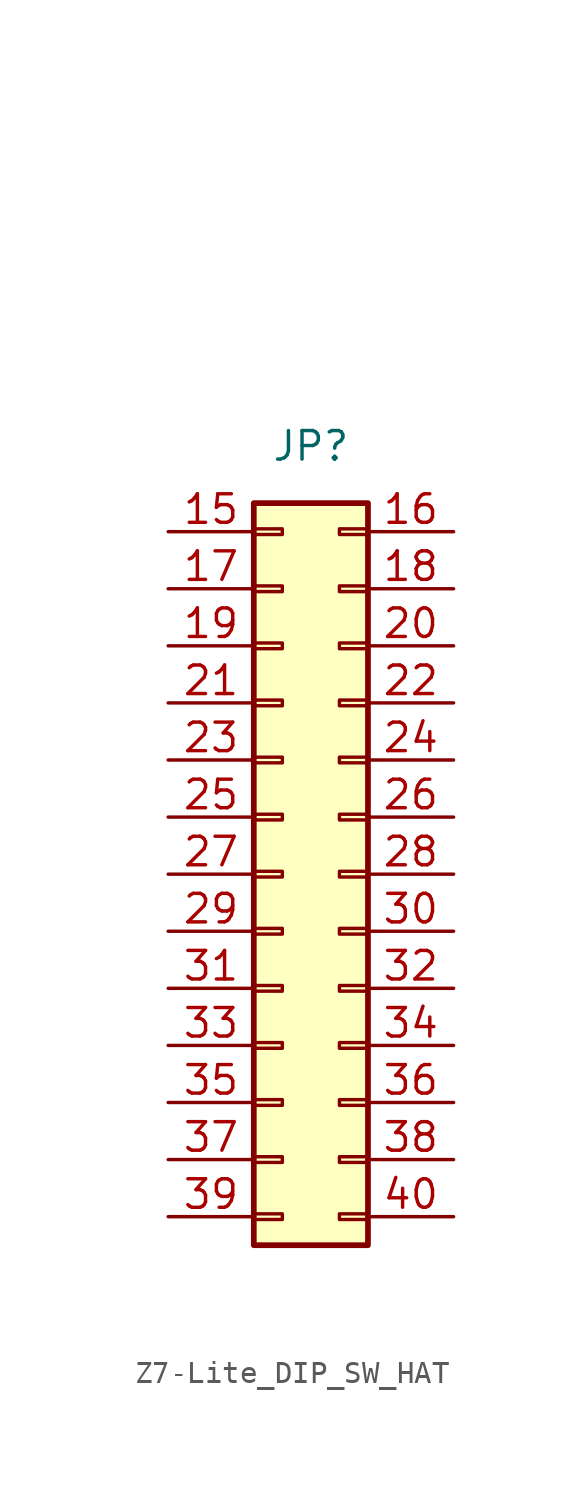
<source format=kicad_sym>
(kicad_symbol_lib
  (version 20231120)
  (generator "kicad_symbol_editor")
  (generator_version "8.0")
  (symbol "Z7-Lite_DIP_SW_HAT"
    (property "Reference" "JP"
      (at 0 19.05 0)
      (effects (font (size 1.27 1.27))))
    (property "Value" ""
      (at -8.128 29.972 0)
      (effects (font (size 1.27 1.27))))
    (symbol "Z7-Lite_DIP_SW_HAT_1_1"
      (rectangle (start -2.54 -15.113) (end -1.27 -15.367) (stroke (width 0.152) (type default)) (fill (type none)))
      (rectangle (start -2.54 -12.573) (end -1.27 -12.827) (stroke (width 0.152) (type default)) (fill (type none)))
      (rectangle (start -2.54 -10.033) (end -1.27 -10.287) (stroke (width 0.152) (type default)) (fill (type none)))
      (rectangle (start -2.54 -7.493) (end -1.27 -7.747) (stroke (width 0.152) (type default)) (fill (type none)))
      (rectangle (start -2.54 -4.953) (end -1.27 -5.207) (stroke (width 0.152) (type default)) (fill (type none)))
      (rectangle (start -2.54 -2.413) (end -1.27 -2.667) (stroke (width 0.152) (type default)) (fill (type none)))
      (rectangle (start -2.54 0.127) (end -1.27 -0.127) (stroke (width 0.152) (type default)) (fill (type none)))
      (rectangle (start -2.54 2.667) (end -1.27 2.413) (stroke (width 0.152) (type default)) (fill (type none)))
      (rectangle (start -2.54 5.207) (end -1.27 4.953) (stroke (width 0.152) (type default)) (fill (type none)))
      (rectangle (start -2.54 7.747) (end -1.27 7.493) (stroke (width 0.152) (type default)) (fill (type none)))
      (rectangle (start -2.54 10.287) (end -1.27 10.033) (stroke (width 0.152) (type default)) (fill (type none)))
      (rectangle (start -2.54 12.827) (end -1.27 12.573) (stroke (width 0.152) (type default)) (fill (type none)))
      (rectangle (start -2.54 15.367) (end -1.27 15.113) (stroke (width 0.152) (type default)) (fill (type none)))
      (rectangle (start -2.54 16.51) (end 2.54 -16.51) (stroke (width 0.254) (type default)) (fill (type background)))
      (rectangle (start 2.54 -15.113) (end 1.27 -15.367) (stroke (width 0.152) (type default)) (fill (type none)))
      (rectangle (start 2.54 -12.573) (end 1.27 -12.827) (stroke (width 0.152) (type default)) (fill (type none)))
      (rectangle (start 2.54 -10.033) (end 1.27 -10.287) (stroke (width 0.152) (type default)) (fill (type none)))
      (rectangle (start 2.54 -7.493) (end 1.27 -7.747) (stroke (width 0.152) (type default)) (fill (type none)))
      (rectangle (start 2.54 -4.953) (end 1.27 -5.207) (stroke (width 0.152) (type default)) (fill (type none)))
      (rectangle (start 2.54 -2.413) (end 1.27 -2.667) (stroke (width 0.152) (type default)) (fill (type none)))
      (rectangle (start 2.54 0.127) (end 1.27 -0.127) (stroke (width 0.152) (type default)) (fill (type none)))
      (rectangle (start 2.54 2.667) (end 1.27 2.413) (stroke (width 0.152) (type default)) (fill (type none)))
      (rectangle (start 2.54 5.207) (end 1.27 4.953) (stroke (width 0.152) (type default)) (fill (type none)))
      (rectangle (start 2.54 7.747) (end 1.27 7.493) (stroke (width 0.152) (type default)) (fill (type none)))
      (rectangle (start 2.54 10.287) (end 1.27 10.033) (stroke (width 0.152) (type default)) (fill (type none)))
      (rectangle (start 2.54 12.827) (end 1.27 12.573) (stroke (width 0.152) (type default)) (fill (type none)))
      (rectangle (start 2.54 15.367) (end 1.27 15.113) (stroke (width 0.152) (type default)) (fill (type none)))
      (pin passive line (at -6.35 15.24 0) (length 3.81) (name "" (effects (font (size 1.27 1.27)))) (number "15" (effects (font (size 1.27 1.27)))))
      (pin passive line (at 6.35 15.24 180) (length 3.81) (name "" (effects (font (size 1.27 1.27)))) (number "16" (effects (font (size 1.27 1.27)))))
      (pin passive line (at -6.35 12.7 0) (length 3.81) (name "" (effects (font (size 1.27 1.27)))) (number "17" (effects (font (size 1.27 1.27)))))
      (pin passive line (at 6.35 12.7 180) (length 3.81) (name "" (effects (font (size 1.27 1.27)))) (number "18" (effects (font (size 1.27 1.27)))))
      (pin passive line (at -6.35 10.16 0) (length 3.81) (name "" (effects (font (size 1.27 1.27)))) (number "19" (effects (font (size 1.27 1.27)))))
      (pin passive line (at 6.35 10.16 180) (length 3.81) (name "" (effects (font (size 1.27 1.27)))) (number "20" (effects (font (size 1.27 1.27)))))
      (pin passive line (at -6.35 7.62 0) (length 3.81) (name "" (effects (font (size 1.27 1.27)))) (number "21" (effects (font (size 1.27 1.27)))))
      (pin passive line (at 6.35 7.62 180) (length 3.81) (name "" (effects (font (size 1.27 1.27)))) (number "22" (effects (font (size 1.27 1.27)))))
      (pin passive line (at -6.35 5.08 0) (length 3.81) (name "" (effects (font (size 1.27 1.27)))) (number "23" (effects (font (size 1.27 1.27)))))
      (pin passive line (at 6.35 5.08 180) (length 3.81) (name "" (effects (font (size 1.27 1.27)))) (number "24" (effects (font (size 1.27 1.27)))))
      (pin passive line (at -6.35 2.54 0) (length 3.81) (name "" (effects (font (size 1.27 1.27)))) (number "25" (effects (font (size 1.27 1.27)))))
      (pin passive line (at 6.35 2.54 180) (length 3.81) (name "" (effects (font (size 1.27 1.27)))) (number "26" (effects (font (size 1.27 1.27)))))
      (pin passive line (at -6.35 0 0) (length 3.81) (name "" (effects (font (size 1.27 1.27)))) (number "27" (effects (font (size 1.27 1.27)))))
      (pin passive line (at 6.35 0 180) (length 3.81) (name "" (effects (font (size 1.27 1.27)))) (number "28" (effects (font (size 1.27 1.27)))))
      (pin passive line (at -6.35 -2.54 0) (length 3.81) (name "" (effects (font (size 1.27 1.27)))) (number "29" (effects (font (size 1.27 1.27)))))
      (pin passive line (at 6.35 -2.54 180) (length 3.81) (name "" (effects (font (size 1.27 1.27)))) (number "30" (effects (font (size 1.27 1.27)))))
      (pin passive line (at -6.35 -5.08 0) (length 3.81) (name "" (effects (font (size 1.27 1.27)))) (number "31" (effects (font (size 1.27 1.27)))))
      (pin passive line (at 6.35 -5.08 180) (length 3.81) (name "" (effects (font (size 1.27 1.27)))) (number "32" (effects (font (size 1.27 1.27)))))
      (pin passive line (at -6.35 -7.62 0) (length 3.81) (name "" (effects (font (size 1.27 1.27)))) (number "33" (effects (font (size 1.27 1.27)))))
      (pin passive line (at 6.35 -7.62 180) (length 3.81) (name "" (effects (font (size 1.27 1.27)))) (number "34" (effects (font (size 1.27 1.27)))))
      (pin passive line (at -6.35 -10.16 0) (length 3.81) (name "" (effects (font (size 1.27 1.27)))) (number "35" (effects (font (size 1.27 1.27)))))
      (pin passive line (at 6.35 -10.16 180) (length 3.81) (name "" (effects (font (size 1.27 1.27)))) (number "36" (effects (font (size 1.27 1.27)))))
      (pin passive line (at -6.35 -12.7 0) (length 3.81) (name "" (effects (font (size 1.27 1.27)))) (number "37" (effects (font (size 1.27 1.27)))))
      (pin passive line (at 6.35 -12.7 180) (length 3.81) (name "" (effects (font (size 1.27 1.27)))) (number "38" (effects (font (size 1.27 1.27)))))
      (pin passive line (at -6.35 -15.24 0) (length 3.81) (name "" (effects (font (size 1.27 1.27)))) (number "39" (effects (font (size 1.27 1.27)))))
      (pin passive line (at 6.35 -15.24 180) (length 3.81) (name "" (effects (font (size 1.27 1.27)))) (number "40" (effects (font (size 1.27 1.27))))))))
</source>
